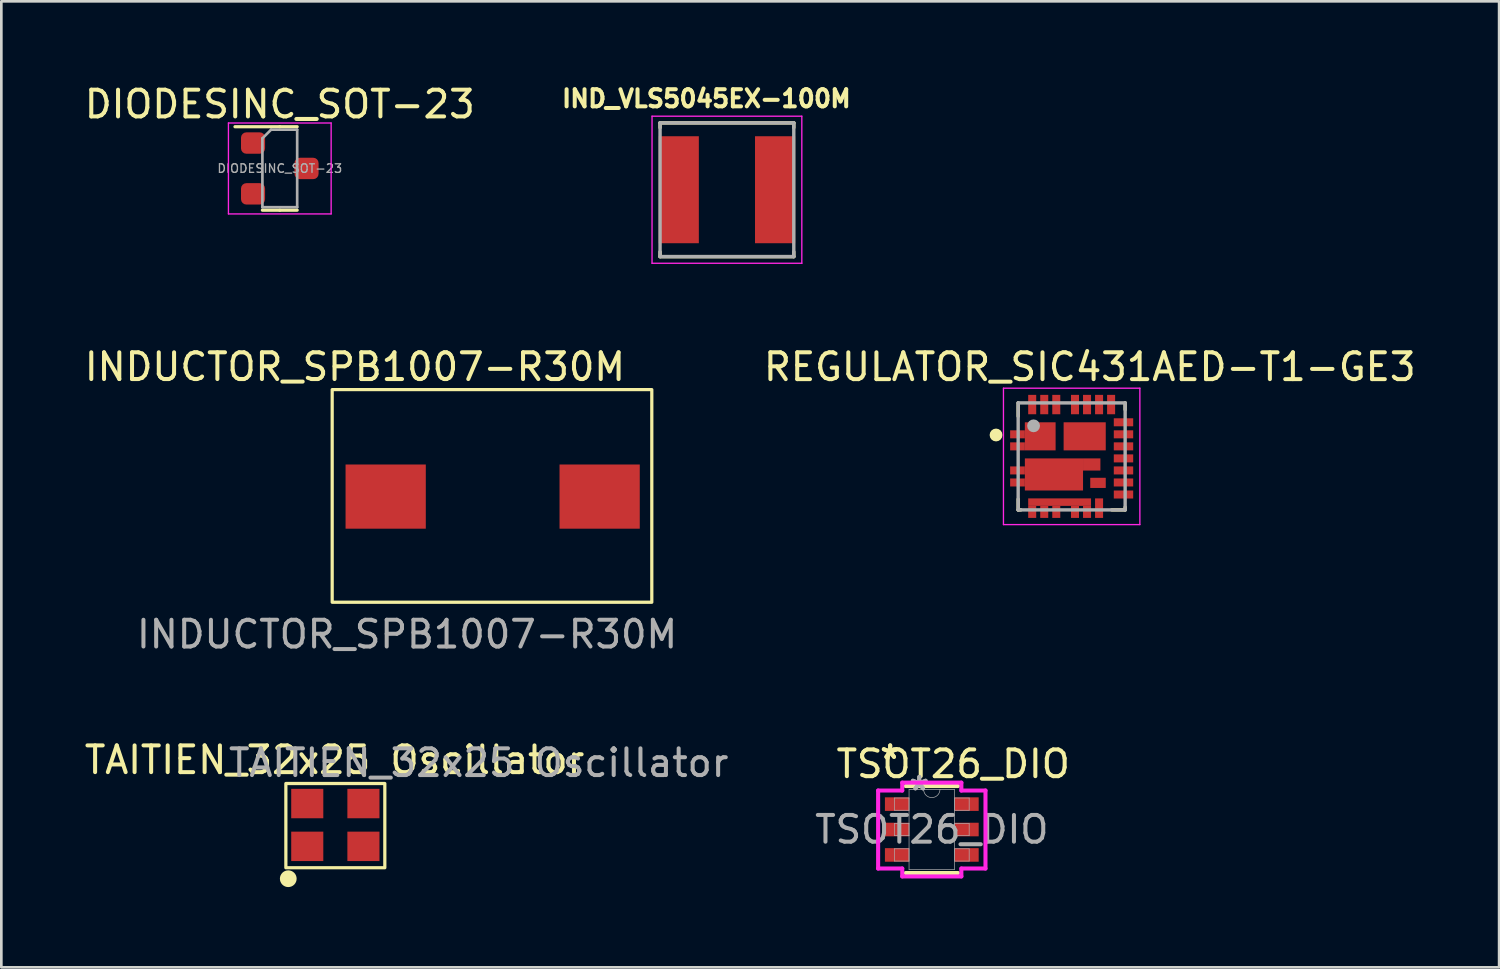
<source format=kicad_pcb>
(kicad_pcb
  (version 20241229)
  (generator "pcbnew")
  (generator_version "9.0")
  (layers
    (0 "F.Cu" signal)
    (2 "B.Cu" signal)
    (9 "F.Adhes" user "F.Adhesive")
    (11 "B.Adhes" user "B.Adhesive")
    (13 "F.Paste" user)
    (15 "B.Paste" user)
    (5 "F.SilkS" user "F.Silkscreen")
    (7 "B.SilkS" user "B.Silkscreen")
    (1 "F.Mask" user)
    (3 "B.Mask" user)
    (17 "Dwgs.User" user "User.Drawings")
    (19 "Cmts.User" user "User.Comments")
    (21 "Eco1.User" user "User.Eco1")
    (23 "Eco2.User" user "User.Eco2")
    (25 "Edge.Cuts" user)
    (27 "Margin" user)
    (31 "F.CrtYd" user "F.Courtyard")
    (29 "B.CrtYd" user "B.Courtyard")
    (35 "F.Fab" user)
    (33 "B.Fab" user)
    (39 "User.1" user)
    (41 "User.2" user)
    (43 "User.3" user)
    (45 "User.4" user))
  (footprint "IND_VLS5045EX-100M"
    (layer "F.Cu")
    (at 24.129 4.044)
    (property "Reference" "IND_VLS5045EX-100M" (at -0.768 -3.406 0) (layer "F.SilkS") (effects (font (size 0.64 0.64) (thickness 0.15))))
    (attr smd)
    (fp_line (start -2.5 -2.5) (end -2.5 -2.32) (stroke (width 0.127) (type solid)) (layer "F.SilkS"))
    (fp_line (start -2.5 -2.5) (end 2.5 -2.5) (stroke (width 0.127) (type solid)) (layer "F.SilkS"))
    (fp_line (start -2.5 2.5) (end -2.5 2.32) (stroke (width 0.127) (type solid)) (layer "F.SilkS"))
    (fp_line (start -2.5 2.5) (end 2.5 2.5) (stroke (width 0.127) (type solid)) (layer "F.SilkS"))
    (fp_line (start 2.5 -2.5) (end 2.5 -2.32) (stroke (width 0.127) (type solid)) (layer "F.SilkS"))
    (fp_line (start 2.5 2.5) (end 2.5 2.32) (stroke (width 0.127) (type solid)) (layer "F.SilkS"))
    (fp_line (start -2.8 -2.75) (end -2.8 2.75) (stroke (width 0.05) (type solid)) (layer "F.CrtYd"))
    (fp_line (start -2.8 2.75) (end 2.8 2.75) (stroke (width 0.05) (type solid)) (layer "F.CrtYd"))
    (fp_line (start 2.8 -2.75) (end -2.8 -2.75) (stroke (width 0.05) (type solid)) (layer "F.CrtYd"))
    (fp_line (start 2.8 2.75) (end 2.8 -2.75) (stroke (width 0.05) (type solid)) (layer "F.CrtYd"))
    (fp_line (start -2.5 -2.5) (end -2.5 2.5) (stroke (width 0.127) (type solid)) (layer "F.Fab"))
    (fp_line (start -2.5 -2.5) (end 2.5 -2.5) (stroke (width 0.127) (type solid)) (layer "F.Fab"))
    (fp_line (start -2.5 2.5) (end 2.5 2.5) (stroke (width 0.127) (type solid)) (layer "F.Fab"))
    (fp_line (start 2.5 -2.5) (end 2.5 2.5) (stroke (width 0.127) (type solid)) (layer "F.Fab"))
    (pad "1" smd rect (at -1.8 0) (size 1.5 4) (layers "F.Cu" "F.Mask" "F.Paste"))
    (pad "2" smd rect (at 1.8 0) (size 1.5 4) (layers "F.Cu" "F.Mask" "F.Paste")))
  (footprint "DIODESINC_SOT-23"
    (layer "F.Cu")
    (at 7.411 3.248)
    (property "Reference" "DIODESINC_SOT-23" (at 0 -2.4 0) (layer "F.SilkS") (effects (font (size 1 1) (thickness 0.15))))
    (attr smd)
    (fp_line (start 0 -1.56) (end -1.675 -1.56) (stroke (width 0.12) (type solid)) (layer "F.SilkS"))
    (fp_line (start 0 -1.56) (end 0.65 -1.56) (stroke (width 0.12) (type solid)) (layer "F.SilkS"))
    (fp_line (start 0 1.56) (end -0.65 1.56) (stroke (width 0.12) (type solid)) (layer "F.SilkS"))
    (fp_line (start 0 1.56) (end 0.65 1.56) (stroke (width 0.12) (type solid)) (layer "F.SilkS"))
    (fp_line (start -1.92 -1.7) (end -1.92 1.7) (stroke (width 0.05) (type solid)) (layer "F.CrtYd"))
    (fp_line (start -1.92 1.7) (end 1.92 1.7) (stroke (width 0.05) (type solid)) (layer "F.CrtYd"))
    (fp_line (start 1.92 -1.7) (end -1.92 -1.7) (stroke (width 0.05) (type solid)) (layer "F.CrtYd"))
    (fp_line (start 1.92 1.7) (end 1.92 -1.7) (stroke (width 0.05) (type solid)) (layer "F.CrtYd"))
    (fp_line (start -0.65 -1.125) (end -0.325 -1.45) (stroke (width 0.1) (type solid)) (layer "F.Fab"))
    (fp_line (start -0.65 1.45) (end -0.65 -1.125) (stroke (width 0.1) (type solid)) (layer "F.Fab"))
    (fp_line (start -0.325 -1.45) (end 0.65 -1.45) (stroke (width 0.1) (type solid)) (layer "F.Fab"))
    (fp_line (start 0.65 -1.45) (end 0.65 1.45) (stroke (width 0.1) (type solid)) (layer "F.Fab"))
    (fp_line (start 0.65 1.45) (end -0.65 1.45) (stroke (width 0.1) (type solid)) (layer "F.Fab"))
    (fp_text user "${REFERENCE}" (at 0 0 0) (layer "F.Fab") (effects (font (size 0.32 0.32) (thickness 0.05))))
    (pad "1" smd roundrect (at -1 -0.95) (size 0.9 0.8) (layers "F.Cu" "F.Mask" "F.Paste") (roundrect_rratio 0.25))
    (pad "2" smd roundrect (at -1 0.95) (size 0.9 0.8) (layers "F.Cu" "F.Mask" "F.Paste") (roundrect_rratio 0.25))
    (pad "3" smd roundrect (at 1 0) (size 0.9 0.8) (layers "F.Cu" "F.Mask" "F.Paste") (roundrect_rratio 0.25)))
  (footprint "TAITIEN_32x25 Oscillator"
    (layer "F.Cu")
    (at 9.488 27.794)
    (property "Reference" "TAITIEN_32x25 Oscillator" (at -0.03 -2.43 0) (unlocked yes) (layer "F.SilkS") (effects (font (size 1 1) (thickness 0.15))))
    (attr smd)
    (fp_rect (start -1.85 -1.55) (end 1.85 1.6) (stroke (width 0.12) (type solid)) (fill no) (layer "F.SilkS"))
    (fp_circle (center -1.76 2.01) (end -1.507 2.01) (stroke (width 0.12) (type solid)) (fill yes) (layer "F.SilkS"))
    (fp_text user "${REFERENCE}" (at 5.36 -2.32 0) (unlocked yes) (layer "F.Fab") (effects (font (size 1 1) (thickness 0.15))))
    (pad "1" smd rect (at -1.05 0.8) (size 1.2 1.1) (layers "F.Cu" "F.Mask" "F.Paste"))
    (pad "2" smd rect (at 1.05 0.8) (size 1.2 1.1) (layers "F.Cu" "F.Mask" "F.Paste"))
    (pad "3" smd rect (at 1.05 -0.8) (size 1.2 1.1) (layers "F.Cu" "F.Mask" "F.Paste"))
    (pad "4" smd rect (at -1.05 -0.8) (size 1.2 1.1) (layers "F.Cu" "F.Mask" "F.Paste")))
  (footprint "REGULATOR_SIC431AED-T1-GE3"
    (layer "F.Cu")
    (at 37.018 14.014)
    (property "Reference" "REGULATOR_SIC431AED-T1-GE3" (at 0.677 -3.345 0) (layer "F.SilkS") (effects (font (size 1.003 1.003) (thickness 0.15))))
    (attr smd)
    (fp_line (start -2 -2) (end -2 -1.5) (stroke (width 0.127) (type solid)) (layer "F.SilkS"))
    (fp_line (start -2 1.6) (end -2 2) (stroke (width 0.127) (type solid)) (layer "F.SilkS"))
    (fp_line (start -2 2) (end -1.9 2) (stroke (width 0.127) (type solid)) (layer "F.SilkS"))
    (fp_line (start 1.5 2) (end 2 2) (stroke (width 0.127) (type solid)) (layer "F.SilkS"))
    (fp_line (start 2 -2) (end 2 -1.75) (stroke (width 0.127) (type solid)) (layer "F.SilkS"))
    (fp_line (start 2 2) (end 2 1.9) (stroke (width 0.127) (type solid)) (layer "F.SilkS"))
    (fp_circle (center -2.827 -0.8) (end -2.707 -0.8) (stroke (width 0.24) (type solid)) (fill no) (layer "F.SilkS"))
    (fp_line (start -2.55 -2.55) (end 2.55 -2.55) (stroke (width 0.05) (type solid)) (layer "F.CrtYd"))
    (fp_line (start -2.55 2.55) (end -2.55 -2.55) (stroke (width 0.05) (type solid)) (layer "F.CrtYd"))
    (fp_line (start 2.55 -2.55) (end 2.55 2.55) (stroke (width 0.05) (type solid)) (layer "F.CrtYd"))
    (fp_line (start 2.55 2.55) (end -2.55 2.55) (stroke (width 0.05) (type solid)) (layer "F.CrtYd"))
    (fp_line (start -2 -2) (end 2 -2) (stroke (width 0.127) (type solid)) (layer "F.Fab"))
    (fp_line (start -2 2) (end -2 -2) (stroke (width 0.127) (type solid)) (layer "F.Fab"))
    (fp_line (start 2 -2) (end 2 2) (stroke (width 0.127) (type solid)) (layer "F.Fab"))
    (fp_line (start 2 2) (end -2 2) (stroke (width 0.127) (type solid)) (layer "F.Fab"))
    (fp_circle (center -1.424 -1.143) (end -1.304 -1.143) (stroke (width 0.24) (type solid)) (fill no) (layer "F.Fab"))
    (pad "1" smd rect (at -2.025 -0.825) (size 0.55 0.3) (layers "F.Cu" "F.Mask" "F.Paste"))
    (pad "2" smd rect (at -2.025 -0.375) (size 0.55 0.3) (layers "F.Cu" "F.Mask" "F.Paste"))
    (pad "3" smd rect (at -2.025 0.525) (size 0.55 0.3) (layers "F.Cu" "F.Mask" "F.Paste"))
    (pad "4" smd rect (at -2.025 0.975) (size 0.55 0.3) (layers "F.Cu" "F.Mask" "F.Paste"))
    (pad "5" smd rect (at -1.475 2.075) (size 0.3 0.45) (layers "F.Cu" "F.Mask" "F.Paste"))
    (pad "6" smd rect (at -1.025 2.075) (size 0.3 0.45) (layers "F.Cu" "F.Mask" "F.Paste"))
    (pad "7" smd rect (at -0.575 2.075) (size 0.3 0.45) (layers "F.Cu" "F.Mask" "F.Paste"))
    (pad "8" smd rect (at 0.125 2.075) (size 0.3 0.45) (layers "F.Cu" "F.Mask" "F.Paste"))
    (pad "9" smd rect (at 0.575 2.075) (size 0.3 0.45) (layers "F.Cu" "F.Mask" "F.Paste"))
    (pad "9.1" smd rect (at -0.45 1.71) (size 2.35 0.28) (layers "F.Cu" "F.Mask" "F.Paste"))
    (pad "10" smd rect (at 1.025 1.935) (size 0.3 0.73) (layers "F.Cu" "F.Mask" "F.Paste"))
    (pad "11" smd rect (at 1.938 1.425 90) (size 0.3 0.725) (layers "F.Cu" "F.Mask" "F.Paste"))
    (pad "12" smd rect (at 1.938 0.975 90) (size 0.3 0.725) (layers "F.Cu" "F.Mask" "F.Paste"))
    (pad "13" smd rect (at 1.938 0.525 90) (size 0.3 0.725) (layers "F.Cu" "F.Mask" "F.Paste"))
    (pad "14" smd rect (at 1.938 0.075 90) (size 0.3 0.725) (layers "F.Cu" "F.Mask" "F.Paste"))
    (pad "15" smd rect (at 1.938 -0.375 90) (size 0.3 0.725) (layers "F.Cu" "F.Mask" "F.Paste"))
    (pad "16" smd rect (at 1.938 -0.825 90) (size 0.3 0.725) (layers "F.Cu" "F.Mask" "F.Paste"))
    (pad "17" smd rect (at 1.938 -1.275 90) (size 0.3 0.725) (layers "F.Cu" "F.Mask" "F.Paste"))
    (pad "18" smd rect (at 1.475 -1.938) (size 0.3 0.725) (layers "F.Cu" "F.Mask" "F.Paste"))
    (pad "19" smd rect (at 1.025 -1.938) (size 0.3 0.725) (layers "F.Cu" "F.Mask" "F.Paste"))
    (pad "20" smd rect (at 0.575 -1.938) (size 0.3 0.725) (layers "F.Cu" "F.Mask" "F.Paste"))
    (pad "21" smd rect (at 0.125 -1.938) (size 0.3 0.725) (layers "F.Cu" "F.Mask" "F.Paste"))
    (pad "22" smd rect (at -0.575 -1.938) (size 0.3 0.725) (layers "F.Cu" "F.Mask" "F.Paste"))
    (pad "23" smd rect (at -1.025 -1.938) (size 0.3 0.725) (layers "F.Cu" "F.Mask" "F.Paste"))
    (pad "24" smd rect (at -1.475 -1.938) (size 0.3 0.725) (layers "F.Cu" "F.Mask" "F.Paste"))
    (pad "25" smd rect (at 0.487 -0.75) (size 1.575 1.05) (layers "F.Cu" "F.Mask" "F.Paste"))
    (pad "26" smd rect (at -1.175 -0.75) (size 1.15 1.05) (layers "F.Cu" "F.Mask" "F.Paste"))
    (pad "27_1" smd rect (at -0.662 0.675) (size 2.175 1.2) (layers "F.Cu" "F.Mask" "F.Paste"))
    (pad "27_2" smd rect (at 0.75 0.302) (size 0.65 0.455) (layers "F.Cu" "F.Mask" "F.Paste"))
    (pad "28" smd rect (at 0.985 0.99) (size 0.58 0.38) (layers "F.Cu" "F.Mask" "F.Paste")))
  (footprint "TSOT26_DIO"
    (layer "F.Cu")
    (at 31.789 27.965)
    (property "Reference" "TSOT26_DIO" (at 0.8 -2.45 0) (unlocked yes) (layer "F.SilkS") (effects (font (size 1 1) (thickness 0.15))))
    (attr smd)
    (fp_line (start -0.978 1.626) (end 0.978 1.626) (stroke (width 0.152) (type solid)) (layer "F.SilkS"))
    (fp_line (start 0.978 -1.626) (end -0.978 -1.626) (stroke (width 0.152) (type solid)) (layer "F.SilkS"))
    (fp_line (start -2.007 -1.458) (end -1.105 -1.458) (stroke (width 0.152) (type solid)) (layer "F.CrtYd"))
    (fp_line (start -2.007 1.458) (end -2.007 -1.458) (stroke (width 0.152) (type solid)) (layer "F.CrtYd"))
    (fp_line (start -2.007 1.458) (end -1.105 1.458) (stroke (width 0.152) (type solid)) (layer "F.CrtYd"))
    (fp_line (start -1.105 -1.753) (end 1.105 -1.753) (stroke (width 0.152) (type solid)) (layer "F.CrtYd"))
    (fp_line (start -1.105 -1.458) (end -1.105 -1.753) (stroke (width 0.152) (type solid)) (layer "F.CrtYd"))
    (fp_line (start -1.105 1.753) (end -1.105 1.458) (stroke (width 0.152) (type solid)) (layer "F.CrtYd"))
    (fp_line (start 1.105 -1.753) (end 1.105 -1.458) (stroke (width 0.152) (type solid)) (layer "F.CrtYd"))
    (fp_line (start 1.105 1.458) (end 1.105 1.753) (stroke (width 0.152) (type solid)) (layer "F.CrtYd"))
    (fp_line (start 1.105 1.753) (end -1.105 1.753) (stroke (width 0.152) (type solid)) (layer "F.CrtYd"))
    (fp_line (start 2.007 -1.458) (end 1.105 -1.458) (stroke (width 0.152) (type solid)) (layer "F.CrtYd"))
    (fp_line (start 2.007 -1.458) (end 2.007 1.458) (stroke (width 0.152) (type solid)) (layer "F.CrtYd"))
    (fp_line (start 2.007 1.458) (end 1.105 1.458) (stroke (width 0.152) (type solid)) (layer "F.CrtYd"))
    (fp_line (start -1.397 -1.179) (end -1.397 -0.721) (stroke (width 0.025) (type solid)) (layer "F.Fab"))
    (fp_line (start -1.397 -0.721) (end -0.851 -0.721) (stroke (width 0.025) (type solid)) (layer "F.Fab"))
    (fp_line (start -1.397 -0.229) (end -1.397 0.229) (stroke (width 0.025) (type solid)) (layer "F.Fab"))
    (fp_line (start -1.397 0.229) (end -0.851 0.229) (stroke (width 0.025) (type solid)) (layer "F.Fab"))
    (fp_line (start -1.397 0.721) (end -1.397 1.179) (stroke (width 0.025) (type solid)) (layer "F.Fab"))
    (fp_line (start -1.397 1.179) (end -0.851 1.179) (stroke (width 0.025) (type solid)) (layer "F.Fab"))
    (fp_line (start -0.851 -1.499) (end -0.851 1.499) (stroke (width 0.025) (type solid)) (layer "F.Fab"))
    (fp_line (start -0.851 -1.179) (end -1.397 -1.179) (stroke (width 0.025) (type solid)) (layer "F.Fab"))
    (fp_line (start -0.851 -0.721) (end -0.851 -1.179) (stroke (width 0.025) (type solid)) (layer "F.Fab"))
    (fp_line (start -0.851 -0.229) (end -1.397 -0.229) (stroke (width 0.025) (type solid)) (layer "F.Fab"))
    (fp_line (start -0.851 0.229) (end -0.851 -0.229) (stroke (width 0.025) (type solid)) (layer "F.Fab"))
    (fp_line (start -0.851 0.721) (end -1.397 0.721) (stroke (width 0.025) (type solid)) (layer "F.Fab"))
    (fp_line (start -0.851 1.179) (end -0.851 0.721) (stroke (width 0.025) (type solid)) (layer "F.Fab"))
    (fp_line (start -0.851 1.499) (end 0.851 1.499) (stroke (width 0.025) (type solid)) (layer "F.Fab"))
    (fp_line (start 0.851 -1.499) (end -0.851 -1.499) (stroke (width 0.025) (type solid)) (layer "F.Fab"))
    (fp_line (start 0.851 -1.179) (end 0.851 -0.721) (stroke (width 0.025) (type solid)) (layer "F.Fab"))
    (fp_line (start 0.851 -0.721) (end 1.397 -0.721) (stroke (width 0.025) (type solid)) (layer "F.Fab"))
    (fp_line (start 0.851 -0.229) (end 0.851 0.229) (stroke (width 0.025) (type solid)) (layer "F.Fab"))
    (fp_line (start 0.851 0.229) (end 1.397 0.229) (stroke (width 0.025) (type solid)) (layer "F.Fab"))
    (fp_line (start 0.851 0.721) (end 0.851 1.179) (stroke (width 0.025) (type solid)) (layer "F.Fab"))
    (fp_line (start 0.851 1.179) (end 1.397 1.179) (stroke (width 0.025) (type solid)) (layer "F.Fab"))
    (fp_line (start 0.851 1.499) (end 0.851 -1.499) (stroke (width 0.025) (type solid)) (layer "F.Fab"))
    (fp_line (start 1.397 -1.179) (end 0.851 -1.179) (stroke (width 0.025) (type solid)) (layer "F.Fab"))
    (fp_line (start 1.397 -0.721) (end 1.397 -1.179) (stroke (width 0.025) (type solid)) (layer "F.Fab"))
    (fp_line (start 1.397 -0.229) (end 0.851 -0.229) (stroke (width 0.025) (type solid)) (layer "F.Fab"))
    (fp_line (start 1.397 0.229) (end 1.397 -0.229) (stroke (width 0.025) (type solid)) (layer "F.Fab"))
    (fp_line (start 1.397 0.721) (end 0.851 0.721) (stroke (width 0.025) (type solid)) (layer "F.Fab"))
    (fp_line (start 1.397 1.179) (end 1.397 0.721) (stroke (width 0.025) (type solid)) (layer "F.Fab"))
    (fp_arc (start 0.3048 -1.4986) (mid 0 -1.1938) (end -0.3048 -1.4986) (stroke (width 0.0254) (type solid)) (layer "F.Fab"))
    (fp_text user "*" (at -1.556 -2.601 0) (unlocked yes) (layer "F.SilkS") (effects (font (size 1 1) (thickness 0.15))))
    (fp_text user "*" (at -1.556 -2.601 0) (layer "F.SilkS") (effects (font (size 1 1) (thickness 0.15))))
    (fp_text user "${REFERENCE}" (at 0 0 0) (unlocked yes) (layer "F.Fab") (effects (font (size 1 1) (thickness 0.15))))
    (fp_text user "*" (at -0.47 -1.422 0) (unlocked yes) (layer "F.Fab") (effects (font (size 1 1) (thickness 0.15))))
    (fp_text user "*" (at -0.47 -1.422 0) (layer "F.Fab") (effects (font (size 1 1) (thickness 0.15))))
    (pad "1" smd rect (at -1.302 -0.95) (size 0.902 0.508) (layers "F.Cu" "F.Mask" "F.Paste"))
    (pad "2" smd rect (at -1.302 0) (size 0.902 0.508) (layers "F.Cu" "F.Mask" "F.Paste"))
    (pad "3" smd rect (at -1.302 0.95) (size 0.902 0.508) (layers "F.Cu" "F.Mask" "F.Paste"))
    (pad "4" smd rect (at 1.302 0.95) (size 0.902 0.508) (layers "F.Cu" "F.Mask" "F.Paste"))
    (pad "5" smd rect (at 1.302 0) (size 0.902 0.508) (layers "F.Cu" "F.Mask" "F.Paste"))
    (pad "6" smd rect (at 1.302 -0.95) (size 0.902 0.508) (layers "F.Cu" "F.Mask" "F.Paste")))
  (footprint "INDUCTOR_SPB1007-R30M"
    (layer "F.Cu")
    (at 15.37 15.517)
    (property "Reference" "INDUCTOR_SPB1007-R30M" (at -5.15 -4.85 0) (unlocked yes) (layer "F.SilkS") (effects (font (size 1 1) (thickness 0.15))))
    (attr smd)
    (fp_rect (start -6 -4) (end 5.95 3.95) (stroke (width 0.12) (type solid)) (fill no) (layer "F.SilkS"))
    (fp_text user "${REFERENCE}" (at -3.2 5.15 0) (unlocked yes) (layer "F.Fab") (effects (font (size 1 1) (thickness 0.15))))
    (pad "1" smd rect (at -4 0) (size 3 2.4) (layers "F.Cu" "F.Mask" "F.Paste"))
    (pad "2" smd rect (at 4 0) (size 3 2.4) (layers "F.Cu" "F.Mask" "F.Paste")))
  (gr_rect
    (start -3 -3)
    (end 53 33.117)
    (stroke (width 0.1) (type default))
    (fill no)
    (layer "Edge.Cuts")))
</source>
